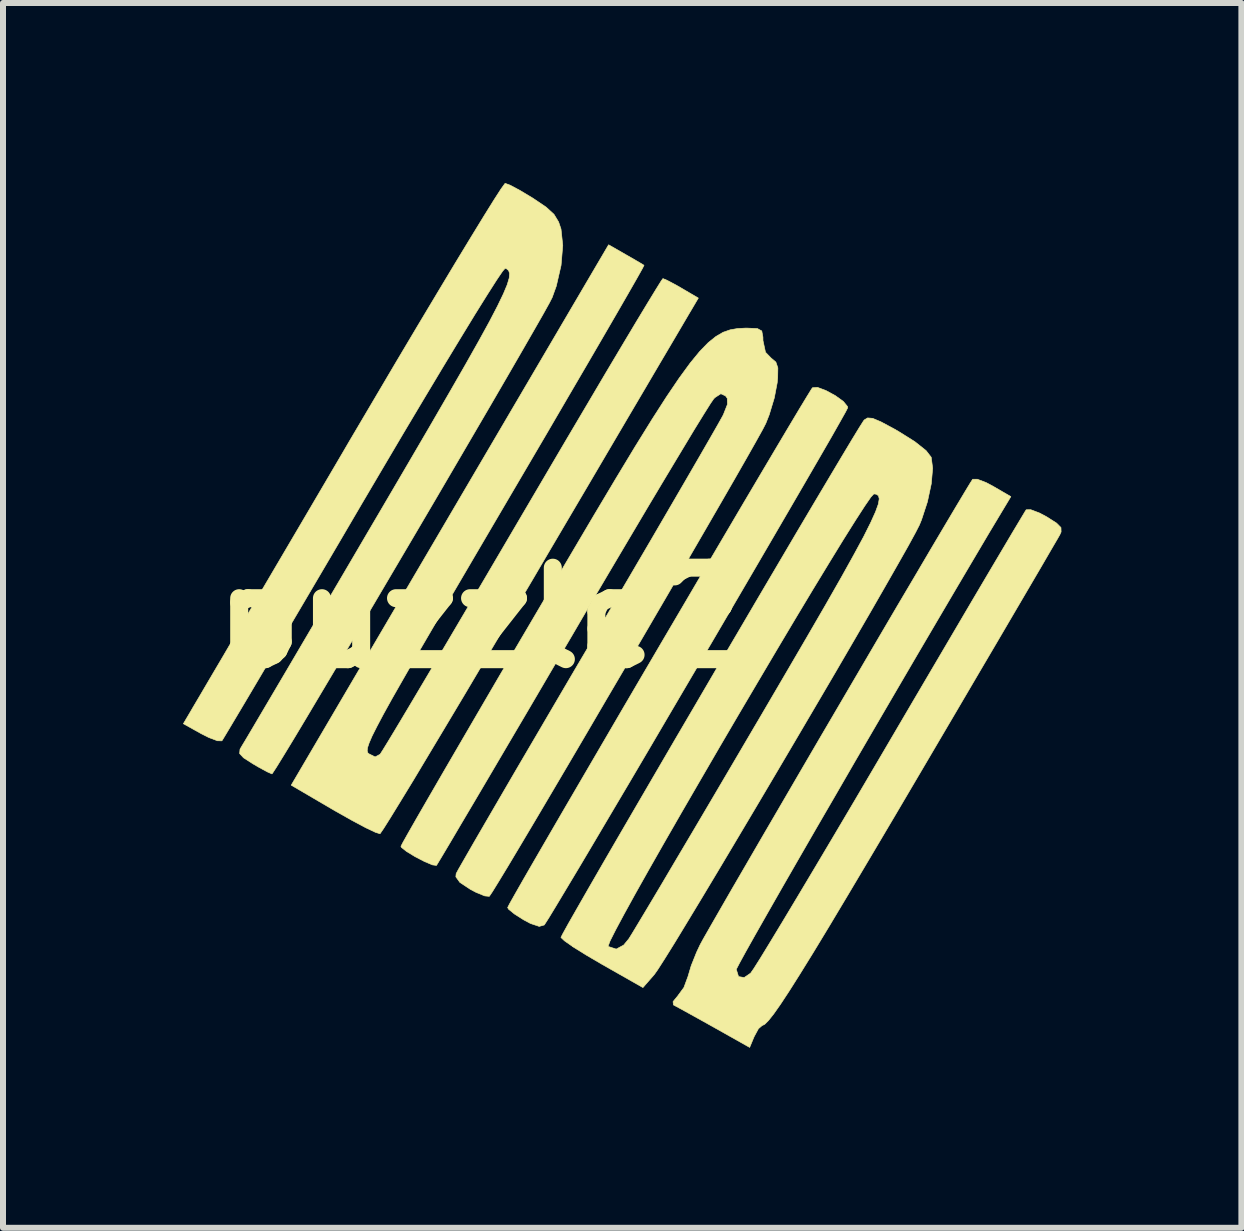
<source format=kicad_pcb>
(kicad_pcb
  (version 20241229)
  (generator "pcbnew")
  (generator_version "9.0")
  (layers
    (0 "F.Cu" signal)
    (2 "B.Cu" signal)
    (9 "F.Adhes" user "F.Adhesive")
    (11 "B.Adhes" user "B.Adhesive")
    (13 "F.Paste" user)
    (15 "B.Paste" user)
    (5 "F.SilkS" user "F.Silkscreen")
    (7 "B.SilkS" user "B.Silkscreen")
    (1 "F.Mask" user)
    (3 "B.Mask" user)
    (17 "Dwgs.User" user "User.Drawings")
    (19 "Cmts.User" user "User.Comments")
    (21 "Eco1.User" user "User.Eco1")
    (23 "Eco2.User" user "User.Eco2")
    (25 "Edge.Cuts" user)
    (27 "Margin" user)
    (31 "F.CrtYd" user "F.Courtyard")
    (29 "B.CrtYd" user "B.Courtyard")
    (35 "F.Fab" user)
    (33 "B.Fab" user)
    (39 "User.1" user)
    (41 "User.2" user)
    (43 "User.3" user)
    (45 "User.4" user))
  (footprint "puzzle2"
    (layer "F.Cu")
    (at 4.963 7.243)
    (property "Reference" "puzzle2" (at 0 0 0) (layer "F.SilkS") (effects (font (size 1.524 1.524) (thickness 0.3))))
    (attr through_hole)
    (fp_poly (pts (xy 5.747 -3.787) (xy 5.905 -3.701) (xy 6.039 -3.604) (xy 6.108 -3.519) (xy 6.11 -3.498) (xy 6.076 -3.431) (xy 5.982 -3.264) (xy 5.837 -3.008) (xy 5.644 -2.674) (xy 5.411 -2.272) (xy 5.143 -1.811) (xy 4.847 -1.303) (xy 4.528 -0.756) (xy 4.193 -0.183) (xy 3.847 0.408) (xy 3.496 1.005) (xy 3.147 1.599) (xy 2.806 2.18) (xy 2.478 2.737) (xy 2.169 3.259) (xy 1.886 3.738) (xy 1.635 4.161) (xy 1.42 4.52) (xy 1.25 4.804) (xy 1.129 5.003) (xy 1.063 5.106) (xy 1.055 5.118) (xy 0.971 5.142) (xy 0.825 5.093) (xy 0.714 5.034) (xy 0.558 4.935) (xy 0.46 4.855) (xy 0.445 4.828) (xy 0.476 4.767) (xy 0.566 4.607) (xy 0.708 4.358) (xy 0.898 4.029) (xy 1.128 3.632) (xy 1.393 3.176) (xy 1.687 2.672) (xy 2.004 2.129) (xy 2.337 1.558) (xy 2.682 0.969) (xy 3.032 0.372) (xy 3.382 -0.223) (xy 3.724 -0.806) (xy 4.054 -1.367) (xy 4.365 -1.895) (xy 4.652 -2.38) (xy 4.908 -2.812) (xy 5.128 -3.182) (xy 5.305 -3.478) (xy 5.434 -3.691) (xy 5.508 -3.811) (xy 5.524 -3.833) (xy 5.607 -3.839) (xy 5.747 -3.787)) (stroke (width 0.01) (type solid)) (fill yes) (layer "F.SilkS"))
    (fp_poly (pts (xy 2.413 -6.051) (xy 2.578 -5.956) (xy 2.69 -5.89) (xy 2.717 -5.873) (xy 2.689 -5.817) (xy 2.601 -5.66) (xy 2.459 -5.412) (xy 2.267 -5.079) (xy 2.031 -4.672) (xy 1.755 -4.198) (xy 1.444 -3.666) (xy 1.105 -3.085) (xy 0.74 -2.463) (xy 0.374 -1.84) (xy -0.073 -1.078) (xy -0.459 -0.419) (xy -0.789 0.146) (xy -1.067 0.623) (xy -1.296 1.022) (xy -1.482 1.348) (xy -1.627 1.61) (xy -1.736 1.816) (xy -1.814 1.971) (xy -1.863 2.085) (xy -1.889 2.163) (xy -1.895 2.215) (xy -1.886 2.248) (xy -1.869 2.265) (xy -1.763 2.318) (xy -1.682 2.275) (xy -1.678 2.271) (xy -1.635 2.204) (xy -1.532 2.036) (xy -1.376 1.777) (xy -1.172 1.435) (xy -0.925 1.019) (xy -0.64 0.538) (xy -0.323 0.000357) (xy 0.022 -0.584) (xy 0.388 -1.207) (xy 0.695 -1.73) (xy 1.074 -2.375) (xy 1.434 -2.987) (xy 1.771 -3.557) (xy 2.078 -4.077) (xy 2.352 -4.537) (xy 2.587 -4.93) (xy 2.778 -5.246) (xy 2.919 -5.477) (xy 3.005 -5.615) (xy 3.032 -5.652) (xy 3.103 -5.622) (xy 3.245 -5.547) (xy 3.346 -5.489) (xy 3.622 -5.327) (xy 3.51 -5.137) (xy 3.46 -5.053) (xy 3.352 -4.869) (xy 3.189 -4.592) (xy 2.977 -4.233) (xy 2.722 -3.799) (xy 2.428 -3.3) (xy 2.101 -2.744) (xy 1.746 -2.14) (xy 1.367 -1.497) (xy 0.971 -0.824) (xy 0.889 -0.684) (xy 0.492 -0.011) (xy 0.113 0.63) (xy -0.243 1.231) (xy -0.572 1.782) (xy -0.868 2.276) (xy -1.125 2.705) (xy -1.341 3.059) (xy -1.508 3.331) (xy -1.622 3.512) (xy -1.678 3.594) (xy -1.683 3.598) (xy -1.759 3.574) (xy -1.921 3.497) (xy -2.146 3.377) (xy -2.412 3.227) (xy -2.454 3.203) (xy -3.161 2.789) (xy -0.517 -1.713) (xy 2.127 -6.215) (xy 2.413 -6.051)) (stroke (width 0.01) (type solid)) (fill yes) (layer "F.SilkS"))
    (fp_poly (pts (xy 0.49 -7.206) (xy 0.649 -7.121) (xy 0.848 -7.002) (xy 0.87 -6.988) (xy 1.086 -6.842) (xy 1.217 -6.722) (xy 1.294 -6.595) (xy 1.334 -6.477) (xy 1.363 -6.205) (xy 1.335 -5.872) (xy 1.256 -5.528) (xy 1.187 -5.337) (xy 1.14 -5.245) (xy 1.036 -5.058) (xy 0.881 -4.787) (xy 0.682 -4.441) (xy 0.445 -4.031) (xy 0.176 -3.568) (xy -0.119 -3.063) (xy -0.433 -2.526) (xy -0.76 -1.967) (xy -1.095 -1.397) (xy -1.431 -0.827) (xy -1.761 -0.267) (xy -2.08 0.273) (xy -2.381 0.781) (xy -2.659 1.248) (xy -2.906 1.663) (xy -3.117 2.015) (xy -3.286 2.293) (xy -3.406 2.488) (xy -3.472 2.589) (xy -3.482 2.601) (xy -3.556 2.569) (xy -3.7 2.491) (xy -3.796 2.435) (xy -3.955 2.333) (xy -4.021 2.262) (xy -4.014 2.19) (xy -3.982 2.135) (xy -3.936 2.059) (xy -3.831 1.882) (xy -3.673 1.614) (xy -3.467 1.265) (xy -3.218 0.843) (xy -2.933 0.358) (xy -2.616 -0.181) (xy -2.273 -0.764) (xy -1.91 -1.383) (xy -1.689 -1.759) (xy -1.244 -2.518) (xy -0.86 -3.175) (xy -0.534 -3.738) (xy -0.261 -4.213) (xy -0.037 -4.61) (xy 0.141 -4.934) (xy 0.276 -5.194) (xy 0.374 -5.397) (xy 0.438 -5.55) (xy 0.471 -5.661) (xy 0.477 -5.738) (xy 0.461 -5.786) (xy 0.426 -5.815) (xy 0.404 -5.824) (xy 0.361 -5.775) (xy 0.259 -5.624) (xy 0.104 -5.381) (xy -0.1 -5.054) (xy -0.346 -4.651) (xy -0.63 -4.182) (xy -0.946 -3.655) (xy -1.29 -3.078) (xy -1.655 -2.46) (xy -1.971 -1.924) (xy -2.35 -1.277) (xy -2.711 -0.663) (xy -3.049 -0.089) (xy -3.358 0.435) (xy -3.632 0.902) (xy -3.868 1.301) (xy -4.06 1.624) (xy -4.202 1.862) (xy -4.289 2.007) (xy -4.316 2.05) (xy -4.391 2.049) (xy -4.536 1.994) (xy -4.659 1.932) (xy -4.958 1.765) (xy -4.84 1.565) (xy -4.79 1.479) (xy -4.68 1.293) (xy -4.517 1.015) (xy -4.304 0.654) (xy -4.049 0.218) (xy -3.754 -0.283) (xy -3.426 -0.841) (xy -3.07 -1.446) (xy -2.691 -2.091) (xy -2.294 -2.767) (xy -2.195 -2.937) (xy -1.796 -3.613) (xy -1.416 -4.257) (xy -1.058 -4.859) (xy -0.727 -5.412) (xy -0.429 -5.908) (xy -0.168 -6.338) (xy 0.05 -6.694) (xy 0.22 -6.967) (xy 0.338 -7.15) (xy 0.399 -7.234) (xy 0.405 -7.238) (xy 0.49 -7.206)) (stroke (width 0.01) (type solid)) (fill yes) (layer "F.SilkS"))
    (fp_poly (pts (xy 6.527 -3.323) (xy 6.664 -3.265) (xy 6.879 -3.15) (xy 6.957 -3.105) (xy 7.227 -2.936) (xy 7.416 -2.786) (xy 7.502 -2.675) (xy 7.526 -2.492) (xy 7.503 -2.232) (xy 7.439 -1.933) (xy 7.341 -1.634) (xy 7.305 -1.546) (xy 7.241 -1.421) (xy 7.121 -1.201) (xy 6.95 -0.899) (xy 6.736 -0.524) (xy 6.486 -0.089) (xy 6.205 0.395) (xy 5.901 0.917) (xy 5.58 1.464) (xy 5.249 2.027) (xy 4.916 2.592) (xy 4.586 3.15) (xy 4.266 3.688) (xy 3.964 4.195) (xy 3.685 4.66) (xy 3.437 5.07) (xy 3.227 5.416) (xy 3.06 5.684) (xy 2.944 5.865) (xy 2.889 5.943) (xy 2.699 6.161) (xy 2.016 5.773) (xy 1.755 5.62) (xy 1.54 5.486) (xy 1.519 5.471) (xy 2.119 5.471) (xy 2.12 5.476) (xy 2.254 5.52) (xy 2.378 5.453) (xy 2.463 5.35) (xy 2.516 5.265) (xy 2.627 5.081) (xy 2.791 4.807) (xy 3.002 4.453) (xy 3.253 4.028) (xy 3.54 3.544) (xy 3.856 3.008) (xy 4.195 2.432) (xy 4.552 1.824) (xy 4.63 1.692) (xy 5.061 0.956) (xy 5.431 0.322) (xy 5.744 -0.218) (xy 6.003 -0.672) (xy 6.211 -1.046) (xy 6.374 -1.347) (xy 6.493 -1.585) (xy 6.574 -1.764) (xy 6.621 -1.894) (xy 6.636 -1.982) (xy 6.623 -2.034) (xy 6.587 -2.059) (xy 6.546 -2.064) (xy 6.497 -2.011) (xy 6.392 -1.859) (xy 6.237 -1.619) (xy 6.038 -1.302) (xy 5.803 -0.919) (xy 5.536 -0.48) (xy 5.245 0.004) (xy 4.936 0.523) (xy 4.616 1.064) (xy 4.289 1.618) (xy 3.964 2.173) (xy 3.646 2.72) (xy 3.341 3.246) (xy 3.056 3.742) (xy 2.797 4.197) (xy 2.571 4.599) (xy 2.384 4.939) (xy 2.242 5.204) (xy 2.151 5.385) (xy 2.119 5.471) (xy 1.519 5.471) (xy 1.393 5.383) (xy 1.334 5.327) (xy 1.333 5.325) (xy 1.365 5.262) (xy 1.455 5.099) (xy 1.598 4.848) (xy 1.787 4.518) (xy 2.017 4.119) (xy 2.282 3.662) (xy 2.576 3.157) (xy 2.893 2.613) (xy 3.226 2.042) (xy 3.571 1.453) (xy 3.92 0.856) (xy 4.269 0.263) (xy 4.61 -0.318) (xy 4.939 -0.876) (xy 5.248 -1.401) (xy 5.533 -1.882) (xy 5.787 -2.309) (xy 6.004 -2.673) (xy 6.178 -2.963) (xy 6.303 -3.168) (xy 6.374 -3.28) (xy 6.386 -3.296) (xy 6.442 -3.33) (xy 6.527 -3.323)) (stroke (width 0.01) (type solid)) (fill yes) (layer "F.SilkS"))
    (fp_poly (pts (xy 8.417 -2.253) (xy 8.535 -2.19) (xy 8.829 -2.019) (xy 8.709 -1.819) (xy 8.473 -1.426) (xy 8.205 -0.973) (xy 7.909 -0.472) (xy 7.592 0.067) (xy 7.259 0.634) (xy 6.917 1.219) (xy 6.572 1.81) (xy 6.229 2.399) (xy 5.896 2.975) (xy 5.576 3.526) (xy 5.278 4.043) (xy 5.006 4.516) (xy 4.767 4.935) (xy 4.567 5.287) (xy 4.411 5.565) (xy 4.306 5.757) (xy 4.257 5.852) (xy 4.255 5.86) (xy 4.292 5.978) (xy 4.386 5.994) (xy 4.493 5.921) (xy 4.544 5.848) (xy 4.654 5.674) (xy 4.816 5.409) (xy 5.026 5.062) (xy 5.278 4.642) (xy 5.567 4.158) (xy 5.886 3.621) (xy 6.231 3.038) (xy 6.595 2.419) (xy 6.824 2.029) (xy 7.196 1.395) (xy 7.55 0.793) (xy 7.88 0.232) (xy 8.181 -0.28) (xy 8.448 -0.732) (xy 8.676 -1.117) (xy 8.858 -1.424) (xy 8.991 -1.646) (xy 9.067 -1.773) (xy 9.085 -1.8) (xy 9.161 -1.801) (xy 9.306 -1.746) (xy 9.423 -1.684) (xy 9.59 -1.578) (xy 9.664 -1.503) (xy 9.666 -1.43) (xy 9.644 -1.382) (xy 9.601 -1.307) (xy 9.498 -1.131) (xy 9.343 -0.864) (xy 9.139 -0.516) (xy 8.892 -0.095) (xy 8.609 0.388) (xy 8.293 0.925) (xy 7.952 1.506) (xy 7.589 2.123) (xy 7.385 2.47) (xy 6.905 3.285) (xy 6.484 3.996) (xy 6.119 4.61) (xy 5.806 5.133) (xy 5.54 5.572) (xy 5.318 5.931) (xy 5.136 6.219) (xy 4.99 6.441) (xy 4.876 6.603) (xy 4.79 6.711) (xy 4.728 6.773) (xy 4.686 6.794) (xy 4.683 6.795) (xy 4.623 6.847) (xy 4.555 6.973) (xy 4.553 6.976) (xy 4.477 7.158) (xy 3.873 6.818) (xy 3.622 6.678) (xy 3.409 6.56) (xy 3.261 6.479) (xy 3.207 6.45) (xy 3.201 6.395) (xy 3.275 6.305) (xy 3.382 6.159) (xy 3.449 5.978) (xy 3.503 5.797) (xy 3.593 5.572) (xy 3.651 5.449) (xy 3.707 5.346) (xy 3.82 5.148) (xy 3.982 4.866) (xy 4.187 4.51) (xy 4.43 4.092) (xy 4.703 3.622) (xy 5.001 3.111) (xy 5.316 2.57) (xy 5.643 2.01) (xy 5.976 1.442) (xy 6.307 0.877) (xy 6.631 0.324) (xy 6.941 -0.204) (xy 7.232 -0.696) (xy 7.495 -1.143) (xy 7.726 -1.533) (xy 7.918 -1.856) (xy 8.064 -2.1) (xy 8.158 -2.255) (xy 8.193 -2.308) (xy 8.27 -2.309) (xy 8.417 -2.253)) (stroke (width 0.01) (type solid)) (fill yes) (layer "F.SilkS"))
    (fp_poly (pts (xy 4.606 -4.819) (xy 4.679 -4.779) (xy 4.698 -4.677) (xy 4.699 -4.619) (xy 4.741 -4.424) (xy 4.834 -4.328) (xy 4.914 -4.26) (xy 4.947 -4.164) (xy 4.944 -3.997) (xy 4.936 -3.915) (xy 4.888 -3.664) (xy 4.803 -3.383) (xy 4.746 -3.239) (xy 4.694 -3.138) (xy 4.585 -2.942) (xy 4.426 -2.661) (xy 4.223 -2.306) (xy 3.982 -1.888) (xy 3.71 -1.418) (xy 3.413 -0.906) (xy 3.098 -0.363) (xy 2.77 0.199) (xy 2.436 0.772) (xy 2.101 1.342) (xy 1.774 1.901) (xy 1.459 2.437) (xy 1.163 2.939) (xy 0.893 3.396) (xy 0.654 3.798) (xy 0.453 4.135) (xy 0.296 4.394) (xy 0.19 4.566) (xy 0.14 4.64) (xy 0.139 4.641) (xy 0.063 4.634) (xy -0.081 4.575) (xy -0.179 4.523) (xy -0.351 4.409) (xy -0.418 4.316) (xy -0.413 4.263) (xy -0.375 4.192) (xy -0.277 4.021) (xy -0.126 3.758) (xy 0.073 3.415) (xy 0.315 2.999) (xy 0.594 2.52) (xy 0.906 1.988) (xy 1.244 1.411) (xy 1.603 0.799) (xy 1.779 0.501) (xy 2.148 -0.128) (xy 2.501 -0.73) (xy 2.832 -1.295) (xy 3.134 -1.813) (xy 3.403 -2.275) (xy 3.632 -2.67) (xy 3.816 -2.989) (xy 3.95 -3.223) (xy 4.027 -3.361) (xy 4.041 -3.389) (xy 4.107 -3.556) (xy 4.104 -3.657) (xy 4.075 -3.697) (xy 3.997 -3.733) (xy 3.9 -3.67) (xy 3.879 -3.649) (xy 3.827 -3.574) (xy 3.717 -3.399) (xy 3.553 -3.133) (xy 3.343 -2.784) (xy 3.09 -2.363) (xy 2.8 -1.878) (xy 2.48 -1.338) (xy 2.134 -0.754) (xy 1.768 -0.133) (xy 1.523 0.286) (xy 1.149 0.922) (xy 0.795 1.526) (xy 0.464 2.088) (xy 0.163 2.6) (xy -0.104 3.053) (xy -0.332 3.438) (xy -0.514 3.747) (xy -0.646 3.969) (xy -0.723 4.097) (xy -0.741 4.126) (xy -0.808 4.117) (xy -0.941 4.061) (xy -1.099 3.979) (xy -1.24 3.893) (xy -1.325 3.825) (xy -1.333 3.808) (xy -1.302 3.747) (xy -1.211 3.585) (xy -1.066 3.331) (xy -0.872 2.995) (xy -0.634 2.584) (xy -0.357 2.108) (xy -0.047 1.576) (xy 0.292 0.995) (xy 0.655 0.376) (xy 0.956 -0.136) (xy 1.442 -0.962) (xy 1.869 -1.685) (xy 2.243 -2.312) (xy 2.568 -2.85) (xy 2.85 -3.305) (xy 3.094 -3.685) (xy 3.304 -3.995) (xy 3.486 -4.244) (xy 3.645 -4.438) (xy 3.786 -4.583) (xy 3.915 -4.687) (xy 4.035 -4.757) (xy 4.153 -4.798) (xy 4.273 -4.819) (xy 4.4 -4.826) (xy 4.442 -4.826) (xy 4.606 -4.819)) (stroke (width 0.01) (type solid)) (fill yes) (layer "F.SilkS")))
  (gr_rect
    (start -3 -3)
    (end 17.633 17.406)
    (stroke (width 0.1) (type default))
    (fill no)
    (layer "Edge.Cuts")))
</source>
